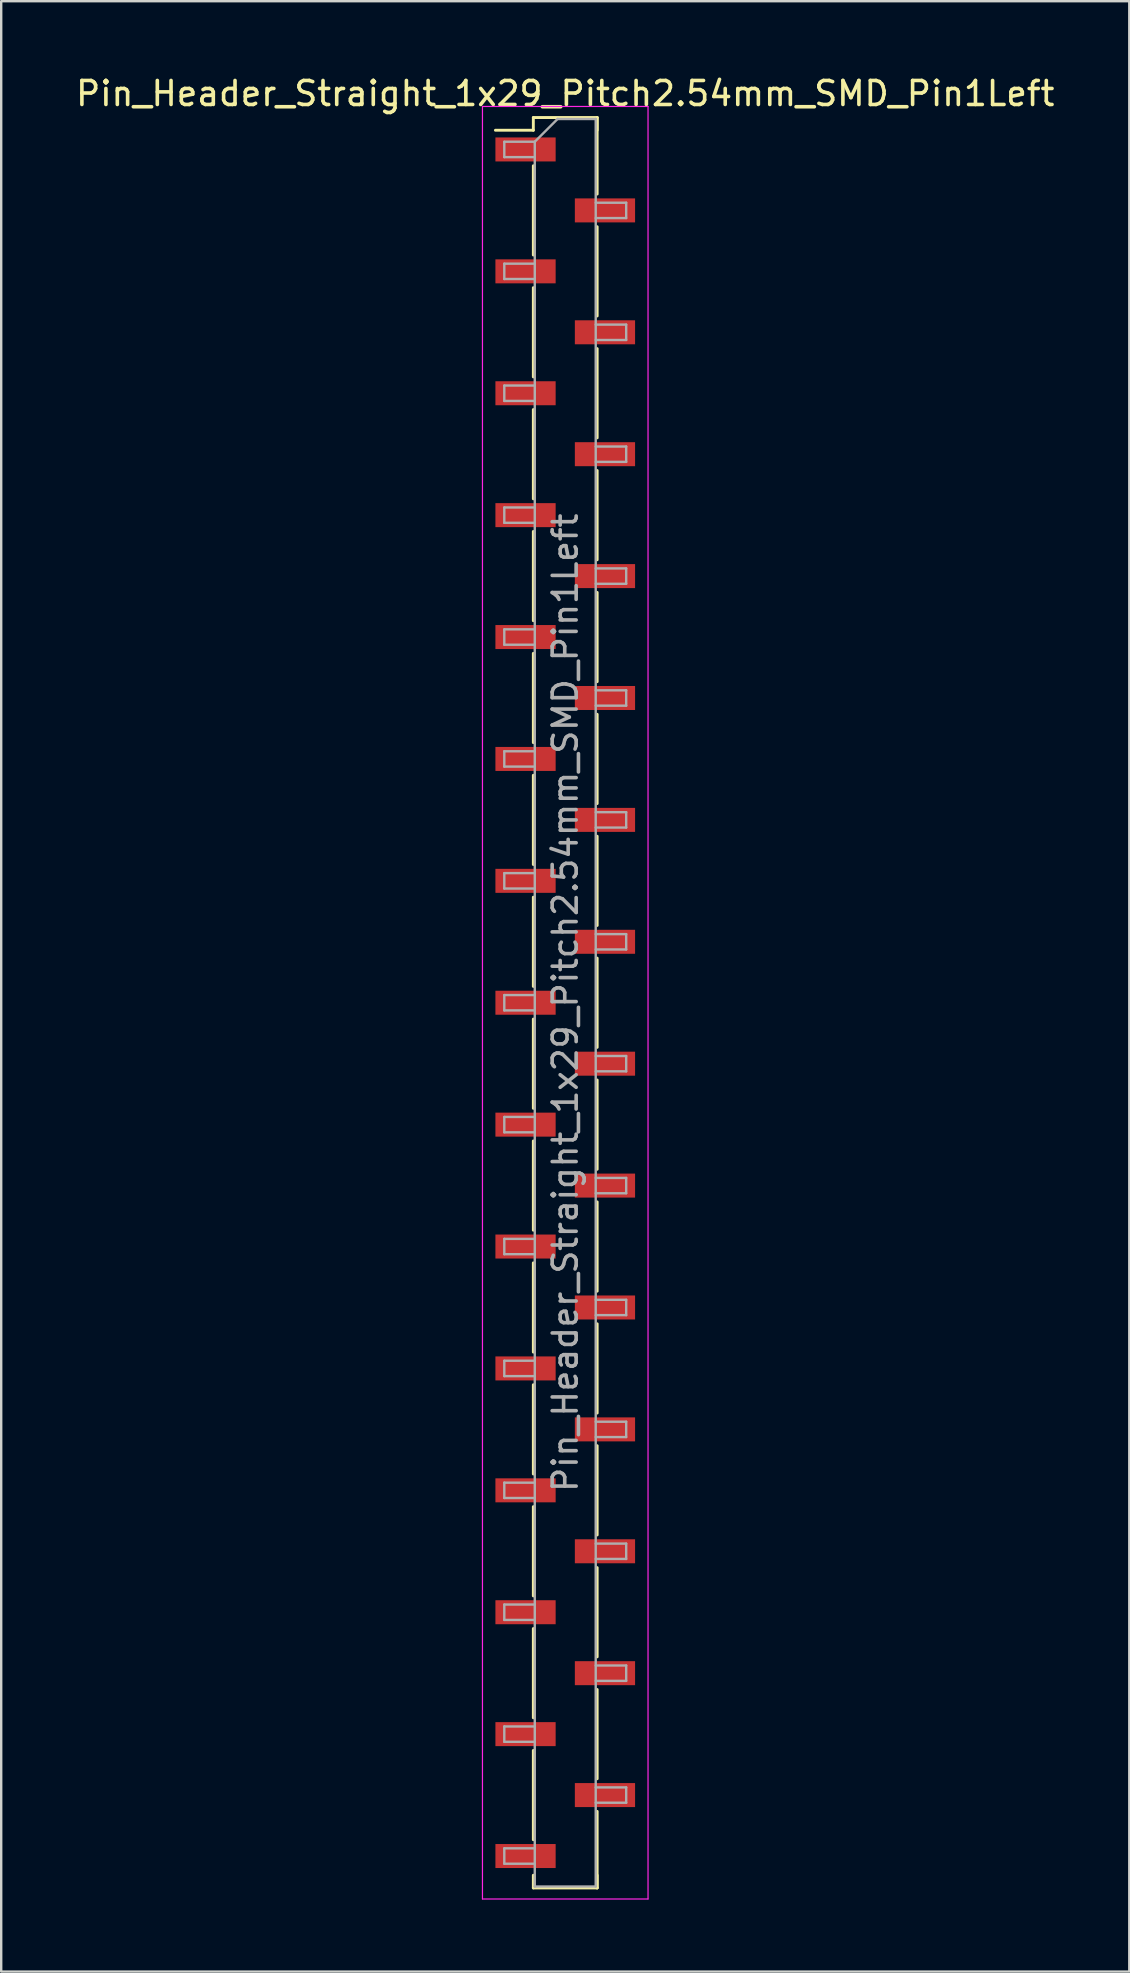
<source format=kicad_pcb>
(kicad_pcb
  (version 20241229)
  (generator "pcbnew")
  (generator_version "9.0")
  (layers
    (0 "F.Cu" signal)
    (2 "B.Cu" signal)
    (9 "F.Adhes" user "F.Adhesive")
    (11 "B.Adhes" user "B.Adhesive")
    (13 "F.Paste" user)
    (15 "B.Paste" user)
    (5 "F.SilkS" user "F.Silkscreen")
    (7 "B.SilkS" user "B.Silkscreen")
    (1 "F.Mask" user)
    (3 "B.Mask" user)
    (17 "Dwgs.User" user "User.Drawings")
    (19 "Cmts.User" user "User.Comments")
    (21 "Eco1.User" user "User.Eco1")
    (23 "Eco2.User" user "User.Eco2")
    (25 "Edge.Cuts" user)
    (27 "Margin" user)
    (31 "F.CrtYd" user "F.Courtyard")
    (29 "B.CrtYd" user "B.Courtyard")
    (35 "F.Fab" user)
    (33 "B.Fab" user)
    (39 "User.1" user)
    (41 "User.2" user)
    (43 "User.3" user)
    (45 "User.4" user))
  (footprint "Pin_Header_Straight_1x29_Pitch2.54mm_SMD_Pin1Left"
    (layer "F.Cu")
    (at 20.506 38.738)
    (property "Reference" "Pin_Header_Straight_1x29_Pitch2.54mm_SMD_Pin1Left" (at 0 -37.89 0) (layer "F.SilkS") (effects (font (size 1 1) (thickness 0.15))))
    (attr smd)
    (fp_line (start -1.33 -36.89) (end 1.33 -36.89) (stroke (width 0.12) (type solid)) (layer "F.SilkS"))
    (fp_line (start -1.33 -36.36) (end -2.91 -36.36) (stroke (width 0.12) (type solid)) (layer "F.SilkS"))
    (fp_line (start -1.33 -36.36) (end -1.33 -36.89) (stroke (width 0.12) (type solid)) (layer "F.SilkS"))
    (fp_line (start -1.33 -34.88) (end -1.33 -31.16) (stroke (width 0.12) (type solid)) (layer "F.SilkS"))
    (fp_line (start -1.33 -29.8) (end -1.33 -26.08) (stroke (width 0.12) (type solid)) (layer "F.SilkS"))
    (fp_line (start -1.33 -24.72) (end -1.33 -21) (stroke (width 0.12) (type solid)) (layer "F.SilkS"))
    (fp_line (start -1.33 -19.64) (end -1.33 -15.92) (stroke (width 0.12) (type solid)) (layer "F.SilkS"))
    (fp_line (start -1.33 -14.56) (end -1.33 -10.84) (stroke (width 0.12) (type solid)) (layer "F.SilkS"))
    (fp_line (start -1.33 -9.48) (end -1.33 -5.76) (stroke (width 0.12) (type solid)) (layer "F.SilkS"))
    (fp_line (start -1.33 -4.4) (end -1.33 -0.68) (stroke (width 0.12) (type solid)) (layer "F.SilkS"))
    (fp_line (start -1.33 0.68) (end -1.33 4.4) (stroke (width 0.12) (type solid)) (layer "F.SilkS"))
    (fp_line (start -1.33 5.76) (end -1.33 9.48) (stroke (width 0.12) (type solid)) (layer "F.SilkS"))
    (fp_line (start -1.33 10.84) (end -1.33 14.56) (stroke (width 0.12) (type solid)) (layer "F.SilkS"))
    (fp_line (start -1.33 15.92) (end -1.33 19.64) (stroke (width 0.12) (type solid)) (layer "F.SilkS"))
    (fp_line (start -1.33 21) (end -1.33 24.72) (stroke (width 0.12) (type solid)) (layer "F.SilkS"))
    (fp_line (start -1.33 26.08) (end -1.33 29.8) (stroke (width 0.12) (type solid)) (layer "F.SilkS"))
    (fp_line (start -1.33 31.16) (end -1.33 34.88) (stroke (width 0.12) (type solid)) (layer "F.SilkS"))
    (fp_line (start -1.33 36.36) (end -1.33 36.89) (stroke (width 0.12) (type solid)) (layer "F.SilkS"))
    (fp_line (start -1.33 36.89) (end 1.33 36.89) (stroke (width 0.12) (type solid)) (layer "F.SilkS"))
    (fp_line (start 1.33 -36.89) (end 1.33 -36.36) (stroke (width 0.12) (type solid)) (layer "F.SilkS"))
    (fp_line (start 1.33 -36.89) (end 1.33 -33.7) (stroke (width 0.12) (type solid)) (layer "F.SilkS"))
    (fp_line (start 1.33 -32.34) (end 1.33 -28.62) (stroke (width 0.12) (type solid)) (layer "F.SilkS"))
    (fp_line (start 1.33 -27.26) (end 1.33 -23.54) (stroke (width 0.12) (type solid)) (layer "F.SilkS"))
    (fp_line (start 1.33 -22.18) (end 1.33 -18.46) (stroke (width 0.12) (type solid)) (layer "F.SilkS"))
    (fp_line (start 1.33 -17.1) (end 1.33 -13.38) (stroke (width 0.12) (type solid)) (layer "F.SilkS"))
    (fp_line (start 1.33 -12.02) (end 1.33 -8.3) (stroke (width 0.12) (type solid)) (layer "F.SilkS"))
    (fp_line (start 1.33 -6.94) (end 1.33 -3.22) (stroke (width 0.12) (type solid)) (layer "F.SilkS"))
    (fp_line (start 1.33 -1.86) (end 1.33 1.86) (stroke (width 0.12) (type solid)) (layer "F.SilkS"))
    (fp_line (start 1.33 3.22) (end 1.33 6.94) (stroke (width 0.12) (type solid)) (layer "F.SilkS"))
    (fp_line (start 1.33 8.3) (end 1.33 12.02) (stroke (width 0.12) (type solid)) (layer "F.SilkS"))
    (fp_line (start 1.33 13.38) (end 1.33 17.1) (stroke (width 0.12) (type solid)) (layer "F.SilkS"))
    (fp_line (start 1.33 18.46) (end 1.33 22.18) (stroke (width 0.12) (type solid)) (layer "F.SilkS"))
    (fp_line (start 1.33 23.54) (end 1.33 27.26) (stroke (width 0.12) (type solid)) (layer "F.SilkS"))
    (fp_line (start 1.33 28.62) (end 1.33 32.34) (stroke (width 0.12) (type solid)) (layer "F.SilkS"))
    (fp_line (start 1.33 33.7) (end 1.33 36.89) (stroke (width 0.12) (type solid)) (layer "F.SilkS"))
    (fp_line (start 1.33 36.89) (end 1.33 36.36) (stroke (width 0.12) (type solid)) (layer "F.SilkS"))
    (fp_line (start -3.45 -37.35) (end -3.45 37.35) (stroke (width 0.05) (type solid)) (layer "F.CrtYd"))
    (fp_line (start -3.45 37.35) (end 3.45 37.35) (stroke (width 0.05) (type solid)) (layer "F.CrtYd"))
    (fp_line (start 3.45 -37.35) (end -3.45 -37.35) (stroke (width 0.05) (type solid)) (layer "F.CrtYd"))
    (fp_line (start 3.45 37.35) (end 3.45 -37.35) (stroke (width 0.05) (type solid)) (layer "F.CrtYd"))
    (fp_line (start -2.54 -35.88) (end -2.54 -35.24) (stroke (width 0.1) (type solid)) (layer "F.Fab"))
    (fp_line (start -2.54 -35.24) (end -1.27 -35.24) (stroke (width 0.1) (type solid)) (layer "F.Fab"))
    (fp_line (start -2.54 -30.8) (end -2.54 -30.16) (stroke (width 0.1) (type solid)) (layer "F.Fab"))
    (fp_line (start -2.54 -30.16) (end -1.27 -30.16) (stroke (width 0.1) (type solid)) (layer "F.Fab"))
    (fp_line (start -2.54 -25.72) (end -2.54 -25.08) (stroke (width 0.1) (type solid)) (layer "F.Fab"))
    (fp_line (start -2.54 -25.08) (end -1.27 -25.08) (stroke (width 0.1) (type solid)) (layer "F.Fab"))
    (fp_line (start -2.54 -20.64) (end -2.54 -20) (stroke (width 0.1) (type solid)) (layer "F.Fab"))
    (fp_line (start -2.54 -20) (end -1.27 -20) (stroke (width 0.1) (type solid)) (layer "F.Fab"))
    (fp_line (start -2.54 -15.56) (end -2.54 -14.92) (stroke (width 0.1) (type solid)) (layer "F.Fab"))
    (fp_line (start -2.54 -14.92) (end -1.27 -14.92) (stroke (width 0.1) (type solid)) (layer "F.Fab"))
    (fp_line (start -2.54 -10.48) (end -2.54 -9.84) (stroke (width 0.1) (type solid)) (layer "F.Fab"))
    (fp_line (start -2.54 -9.84) (end -1.27 -9.84) (stroke (width 0.1) (type solid)) (layer "F.Fab"))
    (fp_line (start -2.54 -5.4) (end -2.54 -4.76) (stroke (width 0.1) (type solid)) (layer "F.Fab"))
    (fp_line (start -2.54 -4.76) (end -1.27 -4.76) (stroke (width 0.1) (type solid)) (layer "F.Fab"))
    (fp_line (start -2.54 -0.32) (end -2.54 0.32) (stroke (width 0.1) (type solid)) (layer "F.Fab"))
    (fp_line (start -2.54 0.32) (end -1.27 0.32) (stroke (width 0.1) (type solid)) (layer "F.Fab"))
    (fp_line (start -2.54 4.76) (end -2.54 5.4) (stroke (width 0.1) (type solid)) (layer "F.Fab"))
    (fp_line (start -2.54 5.4) (end -1.27 5.4) (stroke (width 0.1) (type solid)) (layer "F.Fab"))
    (fp_line (start -2.54 9.84) (end -2.54 10.48) (stroke (width 0.1) (type solid)) (layer "F.Fab"))
    (fp_line (start -2.54 10.48) (end -1.27 10.48) (stroke (width 0.1) (type solid)) (layer "F.Fab"))
    (fp_line (start -2.54 14.92) (end -2.54 15.56) (stroke (width 0.1) (type solid)) (layer "F.Fab"))
    (fp_line (start -2.54 15.56) (end -1.27 15.56) (stroke (width 0.1) (type solid)) (layer "F.Fab"))
    (fp_line (start -2.54 20) (end -2.54 20.64) (stroke (width 0.1) (type solid)) (layer "F.Fab"))
    (fp_line (start -2.54 20.64) (end -1.27 20.64) (stroke (width 0.1) (type solid)) (layer "F.Fab"))
    (fp_line (start -2.54 25.08) (end -2.54 25.72) (stroke (width 0.1) (type solid)) (layer "F.Fab"))
    (fp_line (start -2.54 25.72) (end -1.27 25.72) (stroke (width 0.1) (type solid)) (layer "F.Fab"))
    (fp_line (start -2.54 30.16) (end -2.54 30.8) (stroke (width 0.1) (type solid)) (layer "F.Fab"))
    (fp_line (start -2.54 30.8) (end -1.27 30.8) (stroke (width 0.1) (type solid)) (layer "F.Fab"))
    (fp_line (start -2.54 35.24) (end -2.54 35.88) (stroke (width 0.1) (type solid)) (layer "F.Fab"))
    (fp_line (start -2.54 35.88) (end -1.27 35.88) (stroke (width 0.1) (type solid)) (layer "F.Fab"))
    (fp_line (start -1.27 -35.88) (end -2.54 -35.88) (stroke (width 0.1) (type solid)) (layer "F.Fab"))
    (fp_line (start -1.27 -35.88) (end -0.32 -36.83) (stroke (width 0.1) (type solid)) (layer "F.Fab"))
    (fp_line (start -1.27 -30.8) (end -2.54 -30.8) (stroke (width 0.1) (type solid)) (layer "F.Fab"))
    (fp_line (start -1.27 -25.72) (end -2.54 -25.72) (stroke (width 0.1) (type solid)) (layer "F.Fab"))
    (fp_line (start -1.27 -20.64) (end -2.54 -20.64) (stroke (width 0.1) (type solid)) (layer "F.Fab"))
    (fp_line (start -1.27 -15.56) (end -2.54 -15.56) (stroke (width 0.1) (type solid)) (layer "F.Fab"))
    (fp_line (start -1.27 -10.48) (end -2.54 -10.48) (stroke (width 0.1) (type solid)) (layer "F.Fab"))
    (fp_line (start -1.27 -5.4) (end -2.54 -5.4) (stroke (width 0.1) (type solid)) (layer "F.Fab"))
    (fp_line (start -1.27 -0.32) (end -2.54 -0.32) (stroke (width 0.1) (type solid)) (layer "F.Fab"))
    (fp_line (start -1.27 4.76) (end -2.54 4.76) (stroke (width 0.1) (type solid)) (layer "F.Fab"))
    (fp_line (start -1.27 9.84) (end -2.54 9.84) (stroke (width 0.1) (type solid)) (layer "F.Fab"))
    (fp_line (start -1.27 14.92) (end -2.54 14.92) (stroke (width 0.1) (type solid)) (layer "F.Fab"))
    (fp_line (start -1.27 20) (end -2.54 20) (stroke (width 0.1) (type solid)) (layer "F.Fab"))
    (fp_line (start -1.27 25.08) (end -2.54 25.08) (stroke (width 0.1) (type solid)) (layer "F.Fab"))
    (fp_line (start -1.27 30.16) (end -2.54 30.16) (stroke (width 0.1) (type solid)) (layer "F.Fab"))
    (fp_line (start -1.27 35.24) (end -2.54 35.24) (stroke (width 0.1) (type solid)) (layer "F.Fab"))
    (fp_line (start -1.27 36.83) (end -1.27 -35.88) (stroke (width 0.1) (type solid)) (layer "F.Fab"))
    (fp_line (start -0.32 -36.83) (end 1.27 -36.83) (stroke (width 0.1) (type solid)) (layer "F.Fab"))
    (fp_line (start 1.27 -36.83) (end 1.27 36.83) (stroke (width 0.1) (type solid)) (layer "F.Fab"))
    (fp_line (start 1.27 -33.34) (end 2.54 -33.34) (stroke (width 0.1) (type solid)) (layer "F.Fab"))
    (fp_line (start 1.27 -28.26) (end 2.54 -28.26) (stroke (width 0.1) (type solid)) (layer "F.Fab"))
    (fp_line (start 1.27 -23.18) (end 2.54 -23.18) (stroke (width 0.1) (type solid)) (layer "F.Fab"))
    (fp_line (start 1.27 -18.1) (end 2.54 -18.1) (stroke (width 0.1) (type solid)) (layer "F.Fab"))
    (fp_line (start 1.27 -13.02) (end 2.54 -13.02) (stroke (width 0.1) (type solid)) (layer "F.Fab"))
    (fp_line (start 1.27 -7.94) (end 2.54 -7.94) (stroke (width 0.1) (type solid)) (layer "F.Fab"))
    (fp_line (start 1.27 -2.86) (end 2.54 -2.86) (stroke (width 0.1) (type solid)) (layer "F.Fab"))
    (fp_line (start 1.27 2.22) (end 2.54 2.22) (stroke (width 0.1) (type solid)) (layer "F.Fab"))
    (fp_line (start 1.27 7.3) (end 2.54 7.3) (stroke (width 0.1) (type solid)) (layer "F.Fab"))
    (fp_line (start 1.27 12.38) (end 2.54 12.38) (stroke (width 0.1) (type solid)) (layer "F.Fab"))
    (fp_line (start 1.27 17.46) (end 2.54 17.46) (stroke (width 0.1) (type solid)) (layer "F.Fab"))
    (fp_line (start 1.27 22.54) (end 2.54 22.54) (stroke (width 0.1) (type solid)) (layer "F.Fab"))
    (fp_line (start 1.27 27.62) (end 2.54 27.62) (stroke (width 0.1) (type solid)) (layer "F.Fab"))
    (fp_line (start 1.27 32.7) (end 2.54 32.7) (stroke (width 0.1) (type solid)) (layer "F.Fab"))
    (fp_line (start 1.27 36.83) (end -1.27 36.83) (stroke (width 0.1) (type solid)) (layer "F.Fab"))
    (fp_line (start 2.54 -33.34) (end 2.54 -32.7) (stroke (width 0.1) (type solid)) (layer "F.Fab"))
    (fp_line (start 2.54 -32.7) (end 1.27 -32.7) (stroke (width 0.1) (type solid)) (layer "F.Fab"))
    (fp_line (start 2.54 -28.26) (end 2.54 -27.62) (stroke (width 0.1) (type solid)) (layer "F.Fab"))
    (fp_line (start 2.54 -27.62) (end 1.27 -27.62) (stroke (width 0.1) (type solid)) (layer "F.Fab"))
    (fp_line (start 2.54 -23.18) (end 2.54 -22.54) (stroke (width 0.1) (type solid)) (layer "F.Fab"))
    (fp_line (start 2.54 -22.54) (end 1.27 -22.54) (stroke (width 0.1) (type solid)) (layer "F.Fab"))
    (fp_line (start 2.54 -18.1) (end 2.54 -17.46) (stroke (width 0.1) (type solid)) (layer "F.Fab"))
    (fp_line (start 2.54 -17.46) (end 1.27 -17.46) (stroke (width 0.1) (type solid)) (layer "F.Fab"))
    (fp_line (start 2.54 -13.02) (end 2.54 -12.38) (stroke (width 0.1) (type solid)) (layer "F.Fab"))
    (fp_line (start 2.54 -12.38) (end 1.27 -12.38) (stroke (width 0.1) (type solid)) (layer "F.Fab"))
    (fp_line (start 2.54 -7.94) (end 2.54 -7.3) (stroke (width 0.1) (type solid)) (layer "F.Fab"))
    (fp_line (start 2.54 -7.3) (end 1.27 -7.3) (stroke (width 0.1) (type solid)) (layer "F.Fab"))
    (fp_line (start 2.54 -2.86) (end 2.54 -2.22) (stroke (width 0.1) (type solid)) (layer "F.Fab"))
    (fp_line (start 2.54 -2.22) (end 1.27 -2.22) (stroke (width 0.1) (type solid)) (layer "F.Fab"))
    (fp_line (start 2.54 2.22) (end 2.54 2.86) (stroke (width 0.1) (type solid)) (layer "F.Fab"))
    (fp_line (start 2.54 2.86) (end 1.27 2.86) (stroke (width 0.1) (type solid)) (layer "F.Fab"))
    (fp_line (start 2.54 7.3) (end 2.54 7.94) (stroke (width 0.1) (type solid)) (layer "F.Fab"))
    (fp_line (start 2.54 7.94) (end 1.27 7.94) (stroke (width 0.1) (type solid)) (layer "F.Fab"))
    (fp_line (start 2.54 12.38) (end 2.54 13.02) (stroke (width 0.1) (type solid)) (layer "F.Fab"))
    (fp_line (start 2.54 13.02) (end 1.27 13.02) (stroke (width 0.1) (type solid)) (layer "F.Fab"))
    (fp_line (start 2.54 17.46) (end 2.54 18.1) (stroke (width 0.1) (type solid)) (layer "F.Fab"))
    (fp_line (start 2.54 18.1) (end 1.27 18.1) (stroke (width 0.1) (type solid)) (layer "F.Fab"))
    (fp_line (start 2.54 22.54) (end 2.54 23.18) (stroke (width 0.1) (type solid)) (layer "F.Fab"))
    (fp_line (start 2.54 23.18) (end 1.27 23.18) (stroke (width 0.1) (type solid)) (layer "F.Fab"))
    (fp_line (start 2.54 27.62) (end 2.54 28.26) (stroke (width 0.1) (type solid)) (layer "F.Fab"))
    (fp_line (start 2.54 28.26) (end 1.27 28.26) (stroke (width 0.1) (type solid)) (layer "F.Fab"))
    (fp_line (start 2.54 32.7) (end 2.54 33.34) (stroke (width 0.1) (type solid)) (layer "F.Fab"))
    (fp_line (start 2.54 33.34) (end 1.27 33.34) (stroke (width 0.1) (type solid)) (layer "F.Fab"))
    (fp_text user "${REFERENCE}" (at 0 0 90) (layer "F.Fab") (effects (font (size 1 1) (thickness 0.15))))
    (pad "1" smd rect (at -1.655 -35.56) (size 2.51 1) (layers "F.Cu" "F.Mask" "F.Paste"))
    (pad "2" smd rect (at 1.655 -33.02) (size 2.51 1) (layers "F.Cu" "F.Mask" "F.Paste"))
    (pad "3" smd rect (at -1.655 -30.48) (size 2.51 1) (layers "F.Cu" "F.Mask" "F.Paste"))
    (pad "4" smd rect (at 1.655 -27.94) (size 2.51 1) (layers "F.Cu" "F.Mask" "F.Paste"))
    (pad "5" smd rect (at -1.655 -25.4) (size 2.51 1) (layers "F.Cu" "F.Mask" "F.Paste"))
    (pad "6" smd rect (at 1.655 -22.86) (size 2.51 1) (layers "F.Cu" "F.Mask" "F.Paste"))
    (pad "7" smd rect (at -1.655 -20.32) (size 2.51 1) (layers "F.Cu" "F.Mask" "F.Paste"))
    (pad "8" smd rect (at 1.655 -17.78) (size 2.51 1) (layers "F.Cu" "F.Mask" "F.Paste"))
    (pad "9" smd rect (at -1.655 -15.24) (size 2.51 1) (layers "F.Cu" "F.Mask" "F.Paste"))
    (pad "10" smd rect (at 1.655 -12.7) (size 2.51 1) (layers "F.Cu" "F.Mask" "F.Paste"))
    (pad "11" smd rect (at -1.655 -10.16) (size 2.51 1) (layers "F.Cu" "F.Mask" "F.Paste"))
    (pad "12" smd rect (at 1.655 -7.62) (size 2.51 1) (layers "F.Cu" "F.Mask" "F.Paste"))
    (pad "13" smd rect (at -1.655 -5.08) (size 2.51 1) (layers "F.Cu" "F.Mask" "F.Paste"))
    (pad "14" smd rect (at 1.655 -2.54) (size 2.51 1) (layers "F.Cu" "F.Mask" "F.Paste"))
    (pad "15" smd rect (at -1.655 0) (size 2.51 1) (layers "F.Cu" "F.Mask" "F.Paste"))
    (pad "16" smd rect (at 1.655 2.54) (size 2.51 1) (layers "F.Cu" "F.Mask" "F.Paste"))
    (pad "17" smd rect (at -1.655 5.08) (size 2.51 1) (layers "F.Cu" "F.Mask" "F.Paste"))
    (pad "18" smd rect (at 1.655 7.62) (size 2.51 1) (layers "F.Cu" "F.Mask" "F.Paste"))
    (pad "19" smd rect (at -1.655 10.16) (size 2.51 1) (layers "F.Cu" "F.Mask" "F.Paste"))
    (pad "20" smd rect (at 1.655 12.7) (size 2.51 1) (layers "F.Cu" "F.Mask" "F.Paste"))
    (pad "21" smd rect (at -1.655 15.24) (size 2.51 1) (layers "F.Cu" "F.Mask" "F.Paste"))
    (pad "22" smd rect (at 1.655 17.78) (size 2.51 1) (layers "F.Cu" "F.Mask" "F.Paste"))
    (pad "23" smd rect (at -1.655 20.32) (size 2.51 1) (layers "F.Cu" "F.Mask" "F.Paste"))
    (pad "24" smd rect (at 1.655 22.86) (size 2.51 1) (layers "F.Cu" "F.Mask" "F.Paste"))
    (pad "25" smd rect (at -1.655 25.4) (size 2.51 1) (layers "F.Cu" "F.Mask" "F.Paste"))
    (pad "26" smd rect (at 1.655 27.94) (size 2.51 1) (layers "F.Cu" "F.Mask" "F.Paste"))
    (pad "27" smd rect (at -1.655 30.48) (size 2.51 1) (layers "F.Cu" "F.Mask" "F.Paste"))
    (pad "28" smd rect (at 1.655 33.02) (size 2.51 1) (layers "F.Cu" "F.Mask" "F.Paste"))
    (pad "29" smd rect (at -1.655 35.56) (size 2.51 1) (layers "F.Cu" "F.Mask" "F.Paste")))
  (gr_rect
    (start -3 -3)
    (end 44.012 79.113)
    (stroke (width 0.1) (type default))
    (fill no)
    (layer "Edge.Cuts")))
</source>
